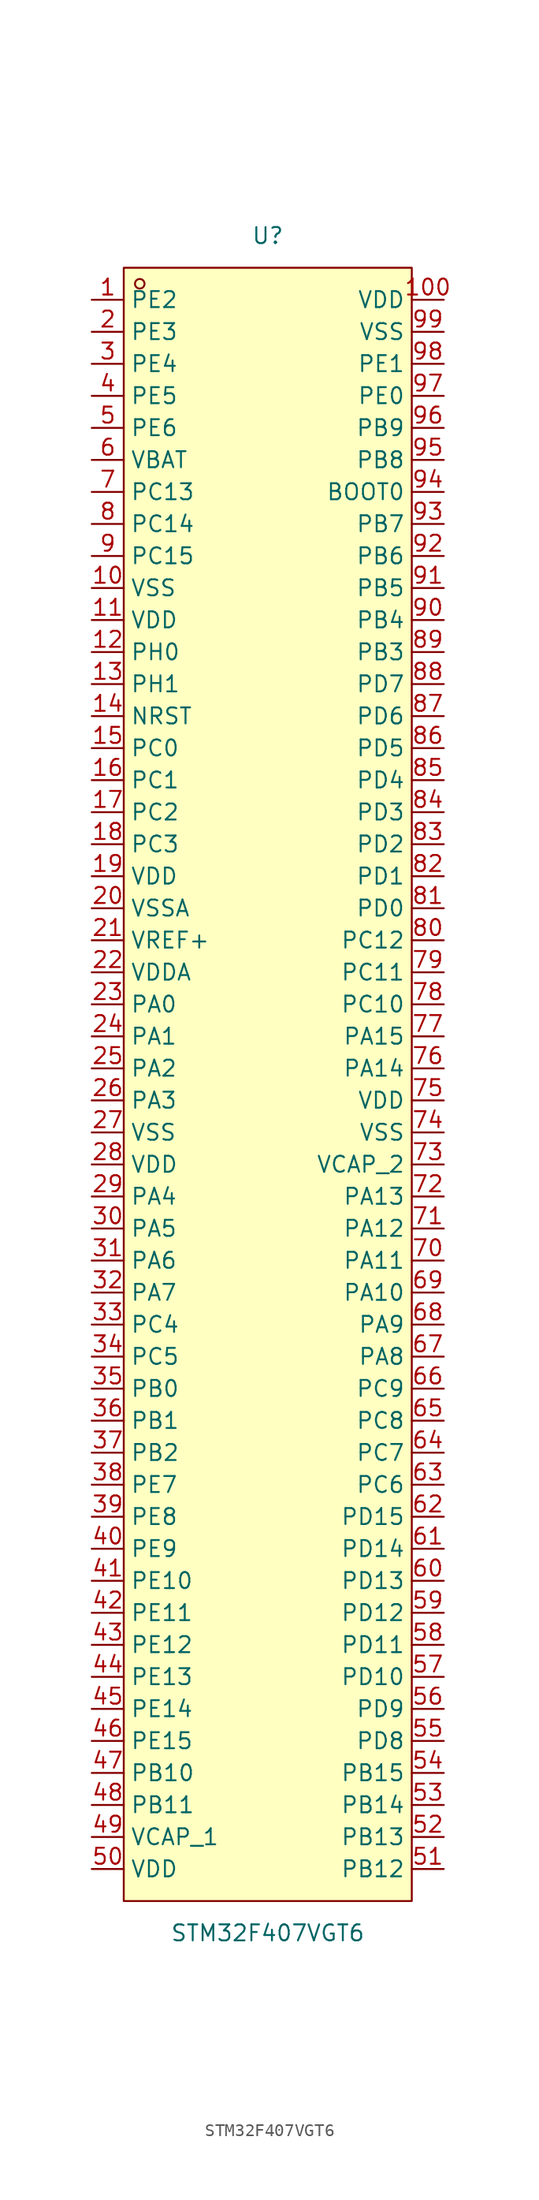
<source format=kicad_sym>
(kicad_symbol_lib
  (version 20211014)
  (generator https://github.com/uPesy/easyeda2kicad.py)
  (symbol "STM32F407VGT6"
    (property "Reference" "U"
      (at 0 67.31 0)
      (effects (font (size 1.27 1.27))))
    (property "Value" "STM32F407VGT6"
      (at 0 -67.31 0)
      (effects (font (size 1.27 1.27))))
    (symbol "STM32F407VGT6_0_1"
      (rectangle (start -11.43 64.77) (end 11.43 -64.77) (stroke (width 0) (type default) (color 0 0 0 0)) (fill (type background)))
      (circle (center -10.16 63.50) (radius 0.38) (stroke (width 0) (type default) (color 0 0 0 0)) (fill (type none)))
      (pin unspecified line (at -13.97 62.23 0) (length 2.54) (name "PE2" (effects (font (size 1.27 1.27)))) (number "1" (effects (font (size 1.27 1.27)))))
      (pin unspecified line (at -13.97 59.69 0) (length 2.54) (name "PE3" (effects (font (size 1.27 1.27)))) (number "2" (effects (font (size 1.27 1.27)))))
      (pin unspecified line (at -13.97 57.15 0) (length 2.54) (name "PE4" (effects (font (size 1.27 1.27)))) (number "3" (effects (font (size 1.27 1.27)))))
      (pin unspecified line (at -13.97 54.61 0) (length 2.54) (name "PE5" (effects (font (size 1.27 1.27)))) (number "4" (effects (font (size 1.27 1.27)))))
      (pin unspecified line (at -13.97 52.07 0) (length 2.54) (name "PE6" (effects (font (size 1.27 1.27)))) (number "5" (effects (font (size 1.27 1.27)))))
      (pin unspecified line (at -13.97 49.53 0) (length 2.54) (name "VBAT" (effects (font (size 1.27 1.27)))) (number "6" (effects (font (size 1.27 1.27)))))
      (pin unspecified line (at -13.97 46.99 0) (length 2.54) (name "PC13" (effects (font (size 1.27 1.27)))) (number "7" (effects (font (size 1.27 1.27)))))
      (pin unspecified line (at -13.97 44.45 0) (length 2.54) (name "PC14" (effects (font (size 1.27 1.27)))) (number "8" (effects (font (size 1.27 1.27)))))
      (pin unspecified line (at -13.97 41.91 0) (length 2.54) (name "PC15" (effects (font (size 1.27 1.27)))) (number "9" (effects (font (size 1.27 1.27)))))
      (pin unspecified line (at -13.97 39.37 0) (length 2.54) (name "VSS" (effects (font (size 1.27 1.27)))) (number "10" (effects (font (size 1.27 1.27)))))
      (pin unspecified line (at -13.97 36.83 0) (length 2.54) (name "VDD" (effects (font (size 1.27 1.27)))) (number "11" (effects (font (size 1.27 1.27)))))
      (pin unspecified line (at -13.97 34.29 0) (length 2.54) (name "PH0" (effects (font (size 1.27 1.27)))) (number "12" (effects (font (size 1.27 1.27)))))
      (pin unspecified line (at -13.97 31.75 0) (length 2.54) (name "PH1" (effects (font (size 1.27 1.27)))) (number "13" (effects (font (size 1.27 1.27)))))
      (pin unspecified line (at -13.97 29.21 0) (length 2.54) (name "NRST" (effects (font (size 1.27 1.27)))) (number "14" (effects (font (size 1.27 1.27)))))
      (pin unspecified line (at -13.97 26.67 0) (length 2.54) (name "PC0" (effects (font (size 1.27 1.27)))) (number "15" (effects (font (size 1.27 1.27)))))
      (pin unspecified line (at -13.97 24.13 0) (length 2.54) (name "PC1" (effects (font (size 1.27 1.27)))) (number "16" (effects (font (size 1.27 1.27)))))
      (pin unspecified line (at -13.97 21.59 0) (length 2.54) (name "PC2" (effects (font (size 1.27 1.27)))) (number "17" (effects (font (size 1.27 1.27)))))
      (pin unspecified line (at -13.97 19.05 0) (length 2.54) (name "PC3" (effects (font (size 1.27 1.27)))) (number "18" (effects (font (size 1.27 1.27)))))
      (pin unspecified line (at -13.97 16.51 0) (length 2.54) (name "VDD" (effects (font (size 1.27 1.27)))) (number "19" (effects (font (size 1.27 1.27)))))
      (pin unspecified line (at -13.97 13.97 0) (length 2.54) (name "VSSA" (effects (font (size 1.27 1.27)))) (number "20" (effects (font (size 1.27 1.27)))))
      (pin unspecified line (at -13.97 11.43 0) (length 2.54) (name "VREF+" (effects (font (size 1.27 1.27)))) (number "21" (effects (font (size 1.27 1.27)))))
      (pin unspecified line (at -13.97 8.89 0) (length 2.54) (name "VDDA" (effects (font (size 1.27 1.27)))) (number "22" (effects (font (size 1.27 1.27)))))
      (pin unspecified line (at -13.97 6.35 0) (length 2.54) (name "PA0" (effects (font (size 1.27 1.27)))) (number "23" (effects (font (size 1.27 1.27)))))
      (pin unspecified line (at -13.97 3.81 0) (length 2.54) (name "PA1" (effects (font (size 1.27 1.27)))) (number "24" (effects (font (size 1.27 1.27)))))
      (pin unspecified line (at -13.97 1.27 0) (length 2.54) (name "PA2" (effects (font (size 1.27 1.27)))) (number "25" (effects (font (size 1.27 1.27)))))
      (pin unspecified line (at -13.97 -1.27 0) (length 2.54) (name "PA3" (effects (font (size 1.27 1.27)))) (number "26" (effects (font (size 1.27 1.27)))))
      (pin unspecified line (at -13.97 -3.81 0) (length 2.54) (name "VSS" (effects (font (size 1.27 1.27)))) (number "27" (effects (font (size 1.27 1.27)))))
      (pin unspecified line (at -13.97 -6.35 0) (length 2.54) (name "VDD" (effects (font (size 1.27 1.27)))) (number "28" (effects (font (size 1.27 1.27)))))
      (pin unspecified line (at -13.97 -8.89 0) (length 2.54) (name "PA4" (effects (font (size 1.27 1.27)))) (number "29" (effects (font (size 1.27 1.27)))))
      (pin unspecified line (at -13.97 -11.43 0) (length 2.54) (name "PA5" (effects (font (size 1.27 1.27)))) (number "30" (effects (font (size 1.27 1.27)))))
      (pin unspecified line (at -13.97 -13.97 0) (length 2.54) (name "PA6" (effects (font (size 1.27 1.27)))) (number "31" (effects (font (size 1.27 1.27)))))
      (pin unspecified line (at -13.97 -16.51 0) (length 2.54) (name "PA7" (effects (font (size 1.27 1.27)))) (number "32" (effects (font (size 1.27 1.27)))))
      (pin unspecified line (at -13.97 -19.05 0) (length 2.54) (name "PC4" (effects (font (size 1.27 1.27)))) (number "33" (effects (font (size 1.27 1.27)))))
      (pin unspecified line (at -13.97 -21.59 0) (length 2.54) (name "PC5" (effects (font (size 1.27 1.27)))) (number "34" (effects (font (size 1.27 1.27)))))
      (pin unspecified line (at -13.97 -24.13 0) (length 2.54) (name "PB0" (effects (font (size 1.27 1.27)))) (number "35" (effects (font (size 1.27 1.27)))))
      (pin unspecified line (at -13.97 -26.67 0) (length 2.54) (name "PB1" (effects (font (size 1.27 1.27)))) (number "36" (effects (font (size 1.27 1.27)))))
      (pin unspecified line (at -13.97 -29.21 0) (length 2.54) (name "PB2" (effects (font (size 1.27 1.27)))) (number "37" (effects (font (size 1.27 1.27)))))
      (pin unspecified line (at -13.97 -31.75 0) (length 2.54) (name "PE7" (effects (font (size 1.27 1.27)))) (number "38" (effects (font (size 1.27 1.27)))))
      (pin unspecified line (at -13.97 -34.29 0) (length 2.54) (name "PE8" (effects (font (size 1.27 1.27)))) (number "39" (effects (font (size 1.27 1.27)))))
      (pin unspecified line (at -13.97 -36.83 0) (length 2.54) (name "PE9" (effects (font (size 1.27 1.27)))) (number "40" (effects (font (size 1.27 1.27)))))
      (pin unspecified line (at -13.97 -39.37 0) (length 2.54) (name "PE10" (effects (font (size 1.27 1.27)))) (number "41" (effects (font (size 1.27 1.27)))))
      (pin unspecified line (at -13.97 -41.91 0) (length 2.54) (name "PE11" (effects (font (size 1.27 1.27)))) (number "42" (effects (font (size 1.27 1.27)))))
      (pin unspecified line (at -13.97 -44.45 0) (length 2.54) (name "PE12" (effects (font (size 1.27 1.27)))) (number "43" (effects (font (size 1.27 1.27)))))
      (pin unspecified line (at -13.97 -46.99 0) (length 2.54) (name "PE13" (effects (font (size 1.27 1.27)))) (number "44" (effects (font (size 1.27 1.27)))))
      (pin unspecified line (at -13.97 -49.53 0) (length 2.54) (name "PE14" (effects (font (size 1.27 1.27)))) (number "45" (effects (font (size 1.27 1.27)))))
      (pin unspecified line (at -13.97 -52.07 0) (length 2.54) (name "PE15" (effects (font (size 1.27 1.27)))) (number "46" (effects (font (size 1.27 1.27)))))
      (pin unspecified line (at -13.97 -54.61 0) (length 2.54) (name "PB10" (effects (font (size 1.27 1.27)))) (number "47" (effects (font (size 1.27 1.27)))))
      (pin unspecified line (at -13.97 -57.15 0) (length 2.54) (name "PB11" (effects (font (size 1.27 1.27)))) (number "48" (effects (font (size 1.27 1.27)))))
      (pin unspecified line (at -13.97 -59.69 0) (length 2.54) (name "VCAP_1" (effects (font (size 1.27 1.27)))) (number "49" (effects (font (size 1.27 1.27)))))
      (pin unspecified line (at -13.97 -62.23 0) (length 2.54) (name "VDD" (effects (font (size 1.27 1.27)))) (number "50" (effects (font (size 1.27 1.27)))))
      (pin unspecified line (at 13.97 -62.23 180) (length 2.54) (name "PB12" (effects (font (size 1.27 1.27)))) (number "51" (effects (font (size 1.27 1.27)))))
      (pin unspecified line (at 13.97 -59.69 180) (length 2.54) (name "PB13" (effects (font (size 1.27 1.27)))) (number "52" (effects (font (size 1.27 1.27)))))
      (pin unspecified line (at 13.97 -57.15 180) (length 2.54) (name "PB14" (effects (font (size 1.27 1.27)))) (number "53" (effects (font (size 1.27 1.27)))))
      (pin unspecified line (at 13.97 -54.61 180) (length 2.54) (name "PB15" (effects (font (size 1.27 1.27)))) (number "54" (effects (font (size 1.27 1.27)))))
      (pin unspecified line (at 13.97 -52.07 180) (length 2.54) (name "PD8" (effects (font (size 1.27 1.27)))) (number "55" (effects (font (size 1.27 1.27)))))
      (pin unspecified line (at 13.97 -49.53 180) (length 2.54) (name "PD9" (effects (font (size 1.27 1.27)))) (number "56" (effects (font (size 1.27 1.27)))))
      (pin unspecified line (at 13.97 -46.99 180) (length 2.54) (name "PD10" (effects (font (size 1.27 1.27)))) (number "57" (effects (font (size 1.27 1.27)))))
      (pin unspecified line (at 13.97 -44.45 180) (length 2.54) (name "PD11" (effects (font (size 1.27 1.27)))) (number "58" (effects (font (size 1.27 1.27)))))
      (pin unspecified line (at 13.97 -41.91 180) (length 2.54) (name "PD12" (effects (font (size 1.27 1.27)))) (number "59" (effects (font (size 1.27 1.27)))))
      (pin unspecified line (at 13.97 -39.37 180) (length 2.54) (name "PD13" (effects (font (size 1.27 1.27)))) (number "60" (effects (font (size 1.27 1.27)))))
      (pin unspecified line (at 13.97 -36.83 180) (length 2.54) (name "PD14" (effects (font (size 1.27 1.27)))) (number "61" (effects (font (size 1.27 1.27)))))
      (pin unspecified line (at 13.97 -34.29 180) (length 2.54) (name "PD15" (effects (font (size 1.27 1.27)))) (number "62" (effects (font (size 1.27 1.27)))))
      (pin unspecified line (at 13.97 -31.75 180) (length 2.54) (name "PC6" (effects (font (size 1.27 1.27)))) (number "63" (effects (font (size 1.27 1.27)))))
      (pin unspecified line (at 13.97 -29.21 180) (length 2.54) (name "PC7" (effects (font (size 1.27 1.27)))) (number "64" (effects (font (size 1.27 1.27)))))
      (pin unspecified line (at 13.97 -26.67 180) (length 2.54) (name "PC8" (effects (font (size 1.27 1.27)))) (number "65" (effects (font (size 1.27 1.27)))))
      (pin unspecified line (at 13.97 -24.13 180) (length 2.54) (name "PC9" (effects (font (size 1.27 1.27)))) (number "66" (effects (font (size 1.27 1.27)))))
      (pin unspecified line (at 13.97 -21.59 180) (length 2.54) (name "PA8" (effects (font (size 1.27 1.27)))) (number "67" (effects (font (size 1.27 1.27)))))
      (pin unspecified line (at 13.97 -19.05 180) (length 2.54) (name "PA9" (effects (font (size 1.27 1.27)))) (number "68" (effects (font (size 1.27 1.27)))))
      (pin unspecified line (at 13.97 -16.51 180) (length 2.54) (name "PA10" (effects (font (size 1.27 1.27)))) (number "69" (effects (font (size 1.27 1.27)))))
      (pin unspecified line (at 13.97 -13.97 180) (length 2.54) (name "PA11" (effects (font (size 1.27 1.27)))) (number "70" (effects (font (size 1.27 1.27)))))
      (pin unspecified line (at 13.97 -11.43 180) (length 2.54) (name "PA12" (effects (font (size 1.27 1.27)))) (number "71" (effects (font (size 1.27 1.27)))))
      (pin unspecified line (at 13.97 -8.89 180) (length 2.54) (name "PA13" (effects (font (size 1.27 1.27)))) (number "72" (effects (font (size 1.27 1.27)))))
      (pin unspecified line (at 13.97 -6.35 180) (length 2.54) (name "VCAP_2" (effects (font (size 1.27 1.27)))) (number "73" (effects (font (size 1.27 1.27)))))
      (pin unspecified line (at 13.97 -3.81 180) (length 2.54) (name "VSS" (effects (font (size 1.27 1.27)))) (number "74" (effects (font (size 1.27 1.27)))))
      (pin unspecified line (at 13.97 -1.27 180) (length 2.54) (name "VDD" (effects (font (size 1.27 1.27)))) (number "75" (effects (font (size 1.27 1.27)))))
      (pin unspecified line (at 13.97 1.27 180) (length 2.54) (name "PA14" (effects (font (size 1.27 1.27)))) (number "76" (effects (font (size 1.27 1.27)))))
      (pin unspecified line (at 13.97 3.81 180) (length 2.54) (name "PA15" (effects (font (size 1.27 1.27)))) (number "77" (effects (font (size 1.27 1.27)))))
      (pin unspecified line (at 13.97 6.35 180) (length 2.54) (name "PC10" (effects (font (size 1.27 1.27)))) (number "78" (effects (font (size 1.27 1.27)))))
      (pin unspecified line (at 13.97 8.89 180) (length 2.54) (name "PC11" (effects (font (size 1.27 1.27)))) (number "79" (effects (font (size 1.27 1.27)))))
      (pin unspecified line (at 13.97 11.43 180) (length 2.54) (name "PC12" (effects (font (size 1.27 1.27)))) (number "80" (effects (font (size 1.27 1.27)))))
      (pin unspecified line (at 13.97 13.97 180) (length 2.54) (name "PD0" (effects (font (size 1.27 1.27)))) (number "81" (effects (font (size 1.27 1.27)))))
      (pin unspecified line (at 13.97 16.51 180) (length 2.54) (name "PD1" (effects (font (size 1.27 1.27)))) (number "82" (effects (font (size 1.27 1.27)))))
      (pin unspecified line (at 13.97 19.05 180) (length 2.54) (name "PD2" (effects (font (size 1.27 1.27)))) (number "83" (effects (font (size 1.27 1.27)))))
      (pin unspecified line (at 13.97 21.59 180) (length 2.54) (name "PD3" (effects (font (size 1.27 1.27)))) (number "84" (effects (font (size 1.27 1.27)))))
      (pin unspecified line (at 13.97 24.13 180) (length 2.54) (name "PD4" (effects (font (size 1.27 1.27)))) (number "85" (effects (font (size 1.27 1.27)))))
      (pin unspecified line (at 13.97 26.67 180) (length 2.54) (name "PD5" (effects (font (size 1.27 1.27)))) (number "86" (effects (font (size 1.27 1.27)))))
      (pin unspecified line (at 13.97 29.21 180) (length 2.54) (name "PD6" (effects (font (size 1.27 1.27)))) (number "87" (effects (font (size 1.27 1.27)))))
      (pin unspecified line (at 13.97 31.75 180) (length 2.54) (name "PD7" (effects (font (size 1.27 1.27)))) (number "88" (effects (font (size 1.27 1.27)))))
      (pin unspecified line (at 13.97 34.29 180) (length 2.54) (name "PB3" (effects (font (size 1.27 1.27)))) (number "89" (effects (font (size 1.27 1.27)))))
      (pin unspecified line (at 13.97 36.83 180) (length 2.54) (name "PB4" (effects (font (size 1.27 1.27)))) (number "90" (effects (font (size 1.27 1.27)))))
      (pin unspecified line (at 13.97 39.37 180) (length 2.54) (name "PB5" (effects (font (size 1.27 1.27)))) (number "91" (effects (font (size 1.27 1.27)))))
      (pin unspecified line (at 13.97 41.91 180) (length 2.54) (name "PB6" (effects (font (size 1.27 1.27)))) (number "92" (effects (font (size 1.27 1.27)))))
      (pin unspecified line (at 13.97 44.45 180) (length 2.54) (name "PB7" (effects (font (size 1.27 1.27)))) (number "93" (effects (font (size 1.27 1.27)))))
      (pin unspecified line (at 13.97 46.99 180) (length 2.54) (name "BOOT0" (effects (font (size 1.27 1.27)))) (number "94" (effects (font (size 1.27 1.27)))))
      (pin unspecified line (at 13.97 49.53 180) (length 2.54) (name "PB8" (effects (font (size 1.27 1.27)))) (number "95" (effects (font (size 1.27 1.27)))))
      (pin unspecified line (at 13.97 52.07 180) (length 2.54) (name "PB9" (effects (font (size 1.27 1.27)))) (number "96" (effects (font (size 1.27 1.27)))))
      (pin unspecified line (at 13.97 54.61 180) (length 2.54) (name "PE0" (effects (font (size 1.27 1.27)))) (number "97" (effects (font (size 1.27 1.27)))))
      (pin unspecified line (at 13.97 57.15 180) (length 2.54) (name "PE1" (effects (font (size 1.27 1.27)))) (number "98" (effects (font (size 1.27 1.27)))))
      (pin unspecified line (at 13.97 59.69 180) (length 2.54) (name "VSS" (effects (font (size 1.27 1.27)))) (number "99" (effects (font (size 1.27 1.27)))))
      (pin unspecified line (at 13.97 62.23 180) (length 2.54) (name "VDD" (effects (font (size 1.27 1.27)))) (number "100" (effects (font (size 1.27 1.27))))))))
</source>
